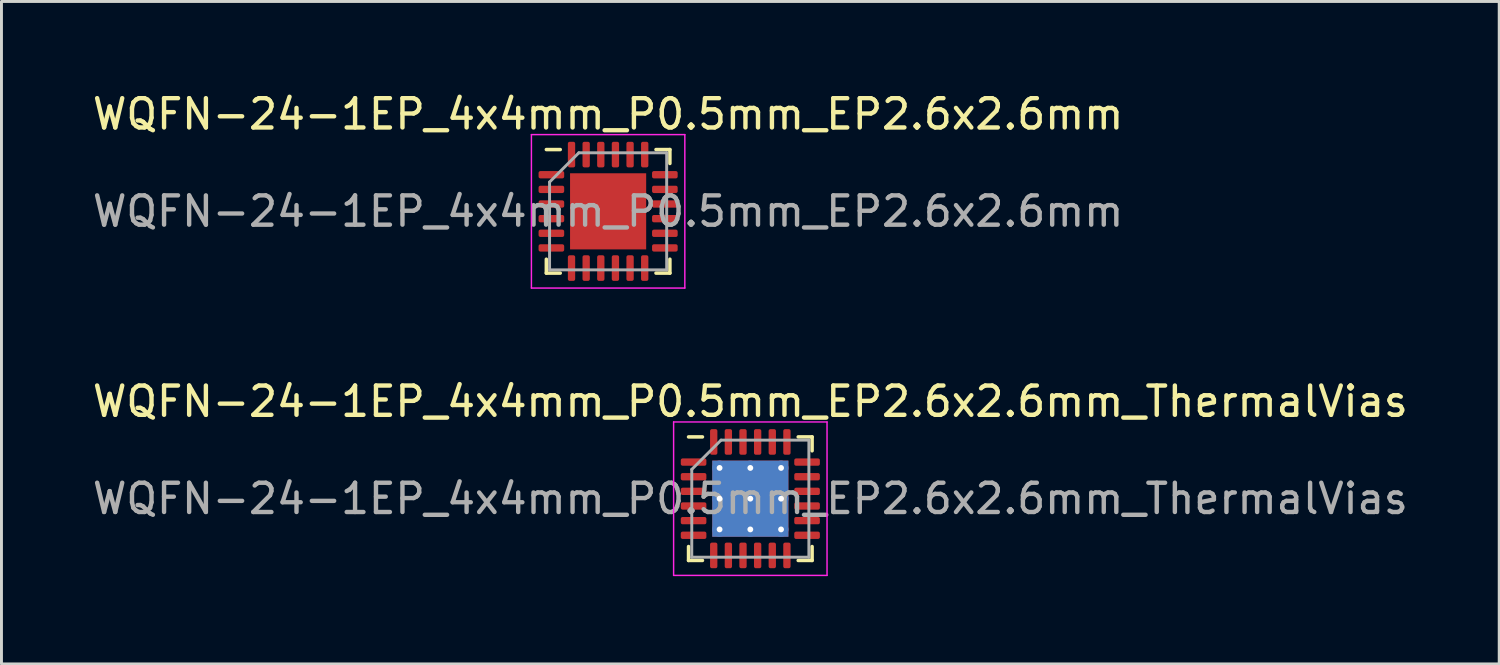
<source format=kicad_pcb>
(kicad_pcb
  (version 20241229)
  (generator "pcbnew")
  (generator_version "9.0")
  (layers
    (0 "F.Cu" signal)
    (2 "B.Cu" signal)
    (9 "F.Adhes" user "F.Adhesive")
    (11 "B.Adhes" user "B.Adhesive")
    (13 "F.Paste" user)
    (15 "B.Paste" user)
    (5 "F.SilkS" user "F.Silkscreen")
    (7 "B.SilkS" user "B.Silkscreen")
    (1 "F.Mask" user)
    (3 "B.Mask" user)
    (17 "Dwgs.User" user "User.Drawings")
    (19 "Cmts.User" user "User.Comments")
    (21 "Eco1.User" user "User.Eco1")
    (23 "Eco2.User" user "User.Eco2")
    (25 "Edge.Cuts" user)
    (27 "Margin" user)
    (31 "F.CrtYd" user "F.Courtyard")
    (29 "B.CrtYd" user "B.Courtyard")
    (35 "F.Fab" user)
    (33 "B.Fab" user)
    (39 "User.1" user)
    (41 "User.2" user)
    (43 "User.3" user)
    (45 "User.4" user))
  (footprint "WQFN-24-1EP_4x4mm_P0.5mm_EP2.6x2.6mm_ThermalVias"
    (layer "F.Cu")
    (at 22.577 13.982)
    (property "Reference" "WQFN-24-1EP_4x4mm_P0.5mm_EP2.6x2.6mm_ThermalVias" (at 0 -3.32 0) (layer "F.SilkS") (effects (font (size 1 1) (thickness 0.15))))
    (attr smd)
    (fp_line (start -2.11 2.11) (end -2.11 1.635) (stroke (width 0.12) (type solid)) (layer "F.SilkS"))
    (fp_line (start -1.635 -2.11) (end -2.11 -2.11) (stroke (width 0.12) (type solid)) (layer "F.SilkS"))
    (fp_line (start -1.635 2.11) (end -2.11 2.11) (stroke (width 0.12) (type solid)) (layer "F.SilkS"))
    (fp_line (start 1.635 -2.11) (end 2.11 -2.11) (stroke (width 0.12) (type solid)) (layer "F.SilkS"))
    (fp_line (start 1.635 2.11) (end 2.11 2.11) (stroke (width 0.12) (type solid)) (layer "F.SilkS"))
    (fp_line (start 2.11 -2.11) (end 2.11 -1.635) (stroke (width 0.12) (type solid)) (layer "F.SilkS"))
    (fp_line (start 2.11 2.11) (end 2.11 1.635) (stroke (width 0.12) (type solid)) (layer "F.SilkS"))
    (fp_line (start -2.62 -2.62) (end -2.62 2.62) (stroke (width 0.05) (type solid)) (layer "F.CrtYd"))
    (fp_line (start -2.62 2.62) (end 2.62 2.62) (stroke (width 0.05) (type solid)) (layer "F.CrtYd"))
    (fp_line (start 2.62 -2.62) (end -2.62 -2.62) (stroke (width 0.05) (type solid)) (layer "F.CrtYd"))
    (fp_line (start 2.62 2.62) (end 2.62 -2.62) (stroke (width 0.05) (type solid)) (layer "F.CrtYd"))
    (fp_line (start -2 -1) (end -1 -2) (stroke (width 0.1) (type solid)) (layer "F.Fab"))
    (fp_line (start -2 2) (end -2 -1) (stroke (width 0.1) (type solid)) (layer "F.Fab"))
    (fp_line (start -1 -2) (end 2 -2) (stroke (width 0.1) (type solid)) (layer "F.Fab"))
    (fp_line (start 2 -2) (end 2 2) (stroke (width 0.1) (type solid)) (layer "F.Fab"))
    (fp_line (start 2 2) (end -2 2) (stroke (width 0.1) (type solid)) (layer "F.Fab"))
    (fp_text user "${REFERENCE}" (at 0 0 0) (layer "F.Fab") (effects (font (size 1 1) (thickness 0.15))))
    (pad "" smd roundrect (at -0.65 -0.65) (size 1.13 1.13) (layers "F.Paste") (roundrect_rratio 0.221))
    (pad "" smd roundrect (at -0.65 0.65) (size 1.13 1.13) (layers "F.Paste") (roundrect_rratio 0.221))
    (pad "" smd roundrect (at 0.65 -0.65) (size 1.13 1.13) (layers "F.Paste") (roundrect_rratio 0.221))
    (pad "" smd roundrect (at 0.65 0.65) (size 1.13 1.13) (layers "F.Paste") (roundrect_rratio 0.221))
    (pad "1" smd roundrect (at -1.938 -1.25) (size 0.875 0.25) (layers "F.Cu" "F.Mask" "F.Paste") (roundrect_rratio 0.25))
    (pad "2" smd roundrect (at -1.938 -0.75) (size 0.875 0.25) (layers "F.Cu" "F.Mask" "F.Paste") (roundrect_rratio 0.25))
    (pad "3" smd roundrect (at -1.938 -0.25) (size 0.875 0.25) (layers "F.Cu" "F.Mask" "F.Paste") (roundrect_rratio 0.25))
    (pad "4" smd roundrect (at -1.938 0.25) (size 0.875 0.25) (layers "F.Cu" "F.Mask" "F.Paste") (roundrect_rratio 0.25))
    (pad "5" smd roundrect (at -1.938 0.75) (size 0.875 0.25) (layers "F.Cu" "F.Mask" "F.Paste") (roundrect_rratio 0.25))
    (pad "6" smd roundrect (at -1.938 1.25) (size 0.875 0.25) (layers "F.Cu" "F.Mask" "F.Paste") (roundrect_rratio 0.25))
    (pad "7" smd roundrect (at -1.25 1.938) (size 0.25 0.875) (layers "F.Cu" "F.Mask" "F.Paste") (roundrect_rratio 0.25))
    (pad "8" smd roundrect (at -0.75 1.938) (size 0.25 0.875) (layers "F.Cu" "F.Mask" "F.Paste") (roundrect_rratio 0.25))
    (pad "9" smd roundrect (at -0.25 1.938) (size 0.25 0.875) (layers "F.Cu" "F.Mask" "F.Paste") (roundrect_rratio 0.25))
    (pad "10" smd roundrect (at 0.25 1.938) (size 0.25 0.875) (layers "F.Cu" "F.Mask" "F.Paste") (roundrect_rratio 0.25))
    (pad "11" smd roundrect (at 0.75 1.938) (size 0.25 0.875) (layers "F.Cu" "F.Mask" "F.Paste") (roundrect_rratio 0.25))
    (pad "12" smd roundrect (at 1.25 1.938) (size 0.25 0.875) (layers "F.Cu" "F.Mask" "F.Paste") (roundrect_rratio 0.25))
    (pad "13" smd roundrect (at 1.938 1.25) (size 0.875 0.25) (layers "F.Cu" "F.Mask" "F.Paste") (roundrect_rratio 0.25))
    (pad "14" smd roundrect (at 1.938 0.75) (size 0.875 0.25) (layers "F.Cu" "F.Mask" "F.Paste") (roundrect_rratio 0.25))
    (pad "15" smd roundrect (at 1.938 0.25) (size 0.875 0.25) (layers "F.Cu" "F.Mask" "F.Paste") (roundrect_rratio 0.25))
    (pad "16" smd roundrect (at 1.938 -0.25) (size 0.875 0.25) (layers "F.Cu" "F.Mask" "F.Paste") (roundrect_rratio 0.25))
    (pad "17" smd roundrect (at 1.938 -0.75) (size 0.875 0.25) (layers "F.Cu" "F.Mask" "F.Paste") (roundrect_rratio 0.25))
    (pad "18" smd roundrect (at 1.938 -1.25) (size 0.875 0.25) (layers "F.Cu" "F.Mask" "F.Paste") (roundrect_rratio 0.25))
    (pad "19" smd roundrect (at 1.25 -1.938) (size 0.25 0.875) (layers "F.Cu" "F.Mask" "F.Paste") (roundrect_rratio 0.25))
    (pad "20" smd roundrect (at 0.75 -1.938) (size 0.25 0.875) (layers "F.Cu" "F.Mask" "F.Paste") (roundrect_rratio 0.25))
    (pad "21" smd roundrect (at 0.25 -1.938) (size 0.25 0.875) (layers "F.Cu" "F.Mask" "F.Paste") (roundrect_rratio 0.25))
    (pad "22" smd roundrect (at -0.25 -1.938) (size 0.25 0.875) (layers "F.Cu" "F.Mask" "F.Paste") (roundrect_rratio 0.25))
    (pad "23" smd roundrect (at -0.75 -1.938) (size 0.25 0.875) (layers "F.Cu" "F.Mask" "F.Paste") (roundrect_rratio 0.25))
    (pad "24" smd roundrect (at -1.25 -1.938) (size 0.25 0.875) (layers "F.Cu" "F.Mask" "F.Paste") (roundrect_rratio 0.25))
    (pad "25" thru_hole circle (at -1.05 -1.05) (size 0.5 0.5) (drill 0.2) (layers "*.Cu"))
    (pad "25" thru_hole circle (at -1.05 0) (size 0.5 0.5) (drill 0.2) (layers "*.Cu"))
    (pad "25" thru_hole circle (at -1.05 1.05) (size 0.5 0.5) (drill 0.2) (layers "*.Cu"))
    (pad "25" thru_hole circle (at 0 -1.05) (size 0.5 0.5) (drill 0.2) (layers "*.Cu"))
    (pad "25" thru_hole circle (at 0 0) (size 0.5 0.5) (drill 0.2) (layers "*.Cu"))
    (pad "25" smd rect (at 0 0) (size 2.6 2.6) (layers "F.Cu" "F.Mask"))
    (pad "25" smd rect (at 0 0) (size 2.6 2.6) (layers "B.Cu"))
    (pad "25" thru_hole circle (at 0 1.05) (size 0.5 0.5) (drill 0.2) (layers "*.Cu"))
    (pad "25" thru_hole circle (at 1.05 -1.05) (size 0.5 0.5) (drill 0.2) (layers "*.Cu"))
    (pad "25" thru_hole circle (at 1.05 0) (size 0.5 0.5) (drill 0.2) (layers "*.Cu"))
    (pad "25" thru_hole circle (at 1.05 1.05) (size 0.5 0.5) (drill 0.2) (layers "*.Cu")))
  (footprint "WQFN-24-1EP_4x4mm_P0.5mm_EP2.6x2.6mm"
    (layer "F.Cu")
    (at 17.72 4.168)
    (property "Reference" "WQFN-24-1EP_4x4mm_P0.5mm_EP2.6x2.6mm" (at 0 -3.32 0) (layer "F.SilkS") (effects (font (size 1 1) (thickness 0.15))))
    (attr smd)
    (fp_line (start -2.11 2.11) (end -2.11 1.635) (stroke (width 0.12) (type solid)) (layer "F.SilkS"))
    (fp_line (start -1.635 -2.11) (end -2.11 -2.11) (stroke (width 0.12) (type solid)) (layer "F.SilkS"))
    (fp_line (start -1.635 2.11) (end -2.11 2.11) (stroke (width 0.12) (type solid)) (layer "F.SilkS"))
    (fp_line (start 1.635 -2.11) (end 2.11 -2.11) (stroke (width 0.12) (type solid)) (layer "F.SilkS"))
    (fp_line (start 1.635 2.11) (end 2.11 2.11) (stroke (width 0.12) (type solid)) (layer "F.SilkS"))
    (fp_line (start 2.11 -2.11) (end 2.11 -1.635) (stroke (width 0.12) (type solid)) (layer "F.SilkS"))
    (fp_line (start 2.11 2.11) (end 2.11 1.635) (stroke (width 0.12) (type solid)) (layer "F.SilkS"))
    (fp_line (start -2.62 -2.62) (end -2.62 2.62) (stroke (width 0.05) (type solid)) (layer "F.CrtYd"))
    (fp_line (start -2.62 2.62) (end 2.62 2.62) (stroke (width 0.05) (type solid)) (layer "F.CrtYd"))
    (fp_line (start 2.62 -2.62) (end -2.62 -2.62) (stroke (width 0.05) (type solid)) (layer "F.CrtYd"))
    (fp_line (start 2.62 2.62) (end 2.62 -2.62) (stroke (width 0.05) (type solid)) (layer "F.CrtYd"))
    (fp_line (start -2 -1) (end -1 -2) (stroke (width 0.1) (type solid)) (layer "F.Fab"))
    (fp_line (start -2 2) (end -2 -1) (stroke (width 0.1) (type solid)) (layer "F.Fab"))
    (fp_line (start -1 -2) (end 2 -2) (stroke (width 0.1) (type solid)) (layer "F.Fab"))
    (fp_line (start 2 -2) (end 2 2) (stroke (width 0.1) (type solid)) (layer "F.Fab"))
    (fp_line (start 2 2) (end -2 2) (stroke (width 0.1) (type solid)) (layer "F.Fab"))
    (fp_text user "${REFERENCE}" (at 0 0 0) (layer "F.Fab") (effects (font (size 1 1) (thickness 0.15))))
    (pad "" smd roundrect (at -0.65 -0.65) (size 1.05 1.05) (layers "F.Paste") (roundrect_rratio 0.238))
    (pad "" smd roundrect (at -0.65 0.65) (size 1.05 1.05) (layers "F.Paste") (roundrect_rratio 0.238))
    (pad "" smd roundrect (at 0.65 -0.65) (size 1.05 1.05) (layers "F.Paste") (roundrect_rratio 0.238))
    (pad "" smd roundrect (at 0.65 0.65) (size 1.05 1.05) (layers "F.Paste") (roundrect_rratio 0.238))
    (pad "1" smd roundrect (at -1.938 -1.25) (size 0.875 0.25) (layers "F.Cu" "F.Mask" "F.Paste") (roundrect_rratio 0.25))
    (pad "2" smd roundrect (at -1.938 -0.75) (size 0.875 0.25) (layers "F.Cu" "F.Mask" "F.Paste") (roundrect_rratio 0.25))
    (pad "3" smd roundrect (at -1.938 -0.25) (size 0.875 0.25) (layers "F.Cu" "F.Mask" "F.Paste") (roundrect_rratio 0.25))
    (pad "4" smd roundrect (at -1.938 0.25) (size 0.875 0.25) (layers "F.Cu" "F.Mask" "F.Paste") (roundrect_rratio 0.25))
    (pad "5" smd roundrect (at -1.938 0.75) (size 0.875 0.25) (layers "F.Cu" "F.Mask" "F.Paste") (roundrect_rratio 0.25))
    (pad "6" smd roundrect (at -1.938 1.25) (size 0.875 0.25) (layers "F.Cu" "F.Mask" "F.Paste") (roundrect_rratio 0.25))
    (pad "7" smd roundrect (at -1.25 1.938) (size 0.25 0.875) (layers "F.Cu" "F.Mask" "F.Paste") (roundrect_rratio 0.25))
    (pad "8" smd roundrect (at -0.75 1.938) (size 0.25 0.875) (layers "F.Cu" "F.Mask" "F.Paste") (roundrect_rratio 0.25))
    (pad "9" smd roundrect (at -0.25 1.938) (size 0.25 0.875) (layers "F.Cu" "F.Mask" "F.Paste") (roundrect_rratio 0.25))
    (pad "10" smd roundrect (at 0.25 1.938) (size 0.25 0.875) (layers "F.Cu" "F.Mask" "F.Paste") (roundrect_rratio 0.25))
    (pad "11" smd roundrect (at 0.75 1.938) (size 0.25 0.875) (layers "F.Cu" "F.Mask" "F.Paste") (roundrect_rratio 0.25))
    (pad "12" smd roundrect (at 1.25 1.938) (size 0.25 0.875) (layers "F.Cu" "F.Mask" "F.Paste") (roundrect_rratio 0.25))
    (pad "13" smd roundrect (at 1.938 1.25) (size 0.875 0.25) (layers "F.Cu" "F.Mask" "F.Paste") (roundrect_rratio 0.25))
    (pad "14" smd roundrect (at 1.938 0.75) (size 0.875 0.25) (layers "F.Cu" "F.Mask" "F.Paste") (roundrect_rratio 0.25))
    (pad "15" smd roundrect (at 1.938 0.25) (size 0.875 0.25) (layers "F.Cu" "F.Mask" "F.Paste") (roundrect_rratio 0.25))
    (pad "16" smd roundrect (at 1.938 -0.25) (size 0.875 0.25) (layers "F.Cu" "F.Mask" "F.Paste") (roundrect_rratio 0.25))
    (pad "17" smd roundrect (at 1.938 -0.75) (size 0.875 0.25) (layers "F.Cu" "F.Mask" "F.Paste") (roundrect_rratio 0.25))
    (pad "18" smd roundrect (at 1.938 -1.25) (size 0.875 0.25) (layers "F.Cu" "F.Mask" "F.Paste") (roundrect_rratio 0.25))
    (pad "19" smd roundrect (at 1.25 -1.938) (size 0.25 0.875) (layers "F.Cu" "F.Mask" "F.Paste") (roundrect_rratio 0.25))
    (pad "20" smd roundrect (at 0.75 -1.938) (size 0.25 0.875) (layers "F.Cu" "F.Mask" "F.Paste") (roundrect_rratio 0.25))
    (pad "21" smd roundrect (at 0.25 -1.938) (size 0.25 0.875) (layers "F.Cu" "F.Mask" "F.Paste") (roundrect_rratio 0.25))
    (pad "22" smd roundrect (at -0.25 -1.938) (size 0.25 0.875) (layers "F.Cu" "F.Mask" "F.Paste") (roundrect_rratio 0.25))
    (pad "23" smd roundrect (at -0.75 -1.938) (size 0.25 0.875) (layers "F.Cu" "F.Mask" "F.Paste") (roundrect_rratio 0.25))
    (pad "24" smd roundrect (at -1.25 -1.938) (size 0.25 0.875) (layers "F.Cu" "F.Mask" "F.Paste") (roundrect_rratio 0.25))
    (pad "25" smd rect (at 0 0) (size 2.6 2.6) (layers "F.Cu" "F.Mask")))
  (gr_rect
    (start -3 -3)
    (end 48.155 19.627)
    (stroke (width 0.1) (type default))
    (fill no)
    (layer "Edge.Cuts")))
</source>
